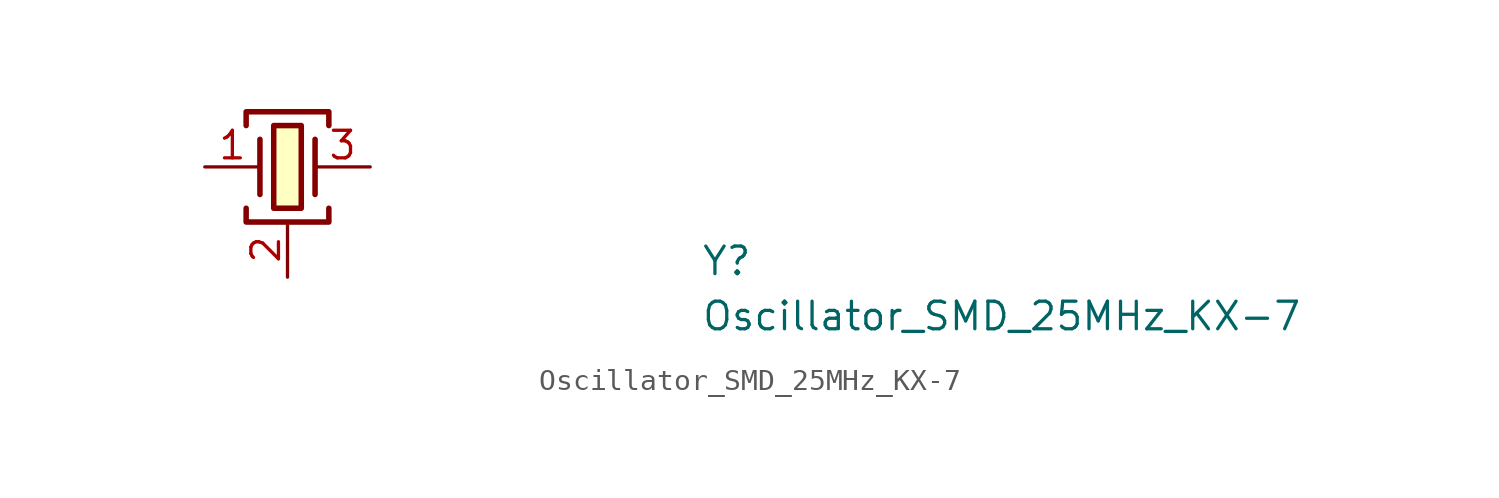
<source format=kicad_sym>
(kicad_symbol_lib
  (version 20211014)
  (generator kicad_symbol_editor)
  (symbol "Oscillator_SMD_25MHz_KX-7"
    (pin_names hide)
    (property "Reference" "Y"
      (at 22.86 -5.08 0)
      (effects (font (size 1.27 1.27) (thickness 0.15)) (justify left bottom)))
    (property "Value" "Oscillator_SMD_25MHz_KX-7"
      (at 22.86 -7.62 0)
      (effects (font (size 1.27 1.27) (thickness 0.15)) (justify left bottom)))
    (symbol "Oscillator_SMD_25MHz_KX-7_1_1"
      (polyline (pts (xy 2.54 1.27) (xy 2.54 -1.27)) (stroke (width 0.254) (type default) (color 0 0 0 0)) (fill (type background)))
      (polyline (pts (xy 5.08 1.27) (xy 5.08 -1.27)) (stroke (width 0.254) (type default) (color 0 0 0 0)) (fill (type background)))
      (polyline (pts (xy 1.905 -1.905) (xy 1.905 -2.54) (xy 5.715 -2.54) (xy 5.715 -1.905)) (stroke (width 0.254) (type default) (color 0 0 0 0)) (fill (type none)))
      (polyline (pts (xy 1.905 1.905) (xy 1.905 2.54) (xy 5.715 2.54) (xy 5.715 1.905)) (stroke (width 0.254) (type default) (color 0 0 0 0)) (fill (type none)))
      (rectangle (start 3.175 1.905) (end 4.445 -1.905) (stroke (width 0.254) (type default) (color 0 0 0 0)) (fill (type background)))
      (pin passive line (at 0 0 0) (length 2.54) (name "~" (effects (font (size 1.27 1.27)))) (number "1" (effects (font (size 1.27 1.27)))))
      (pin passive line (at 3.81 -5.08 90) (length 2.54) (name "SH" (effects (font (size 1.27 1.27)))) (number "2" (effects (font (size 1.27 1.27)))))
      (pin passive line (at 7.62 0 180) (length 2.54) (name "~" (effects (font (size 1.27 1.27)))) (number "3" (effects (font (size 1.27 1.27)))))
      (pin passive line (at 3.81 -5.08 90) (length 2.54) hide (name "SH" (effects (font (size 1.27 1.27)))) (number "4" (effects (font (size 1.27 1.27))))))))
</source>
